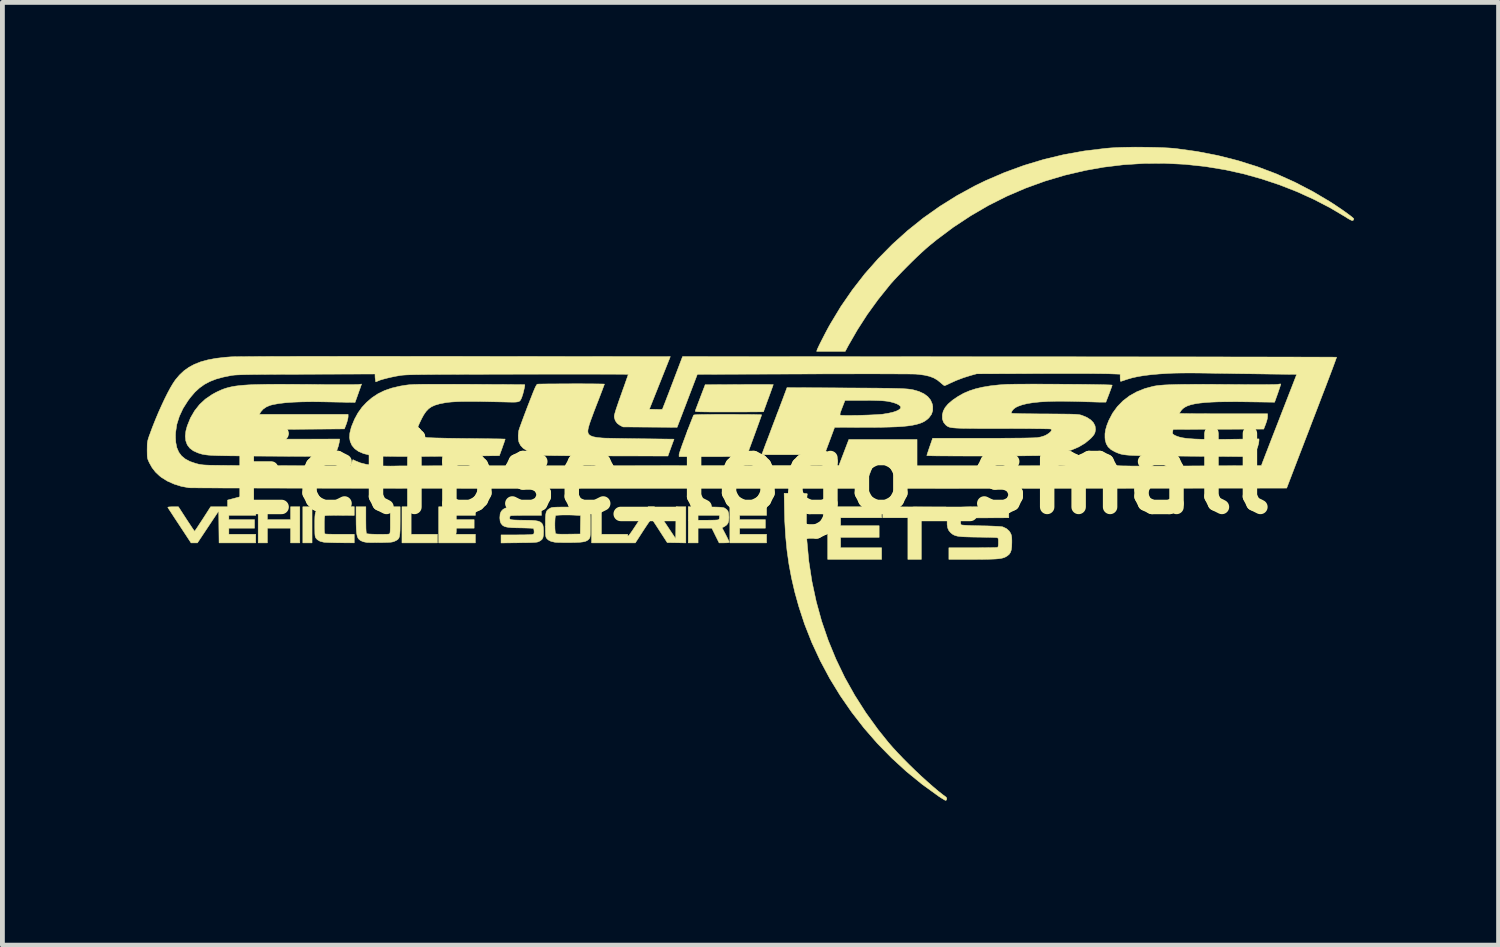
<source format=kicad_pcb>
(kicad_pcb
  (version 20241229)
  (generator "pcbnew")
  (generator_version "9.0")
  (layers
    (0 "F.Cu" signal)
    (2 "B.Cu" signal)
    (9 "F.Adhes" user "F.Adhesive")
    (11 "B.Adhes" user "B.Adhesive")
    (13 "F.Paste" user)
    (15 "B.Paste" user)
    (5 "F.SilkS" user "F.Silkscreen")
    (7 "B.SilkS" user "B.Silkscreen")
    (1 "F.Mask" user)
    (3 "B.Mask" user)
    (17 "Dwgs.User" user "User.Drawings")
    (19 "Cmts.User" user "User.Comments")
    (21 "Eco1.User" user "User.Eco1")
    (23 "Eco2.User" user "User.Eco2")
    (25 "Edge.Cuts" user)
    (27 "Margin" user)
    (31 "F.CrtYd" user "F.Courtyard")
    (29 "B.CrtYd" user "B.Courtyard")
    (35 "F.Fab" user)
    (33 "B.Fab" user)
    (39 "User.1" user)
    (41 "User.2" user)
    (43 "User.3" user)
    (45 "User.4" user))
  (footprint "Eclipse_logo_small"
    (layer "F.Cu")
    (at 12.521 6.785)
    (property "Reference" "Eclipse_logo_small" (at 0 0 0) (layer "F.SilkS") (effects (font (size 1.524 1.524) (thickness 0.3))))
    (attr through_hole)
    (fp_poly (pts (xy -9.093 1.435) (xy -9.284 1.435) (xy -9.284 0.686) (xy -9.093 0.686) (xy -9.093 1.435)) (stroke (width 0.01) (type solid)) (fill yes) (layer "F.SilkS"))
    (fp_poly (pts (xy -7.036 1.257) (xy -6.49 1.257) (xy -6.49 1.435) (xy -7.226 1.435) (xy -7.226 0.686) (xy -7.036 0.686) (xy -7.036 1.257)) (stroke (width 0.01) (type solid)) (fill yes) (layer "F.SilkS"))
    (fp_poly (pts (xy 3.413 0.689) (xy 4.07 0.692) (xy 4.07 0.908) (xy 3.813 0.911) (xy 3.556 0.915) (xy 3.556 1.778) (xy 3.277 1.778) (xy 3.277 0.914) (xy 2.756 0.914) (xy 2.756 0.686) (xy 3.413 0.689)) (stroke (width 0.01) (type solid)) (fill yes) (layer "F.SilkS"))
    (fp_poly (pts (xy -10.02 0.953) (xy -9.538 0.953) (xy -9.538 0.686) (xy -9.347 0.686) (xy -9.347 1.435) (xy -9.538 1.435) (xy -9.538 1.13) (xy -10.02 1.13) (xy -10.02 1.435) (xy -10.211 1.435) (xy -10.211 0.686) (xy -10.02 0.686) (xy -10.02 0.953)) (stroke (width 0.01) (type solid)) (fill yes) (layer "F.SilkS"))
    (fp_poly (pts (xy -5.702 0.864) (xy -6.261 0.864) (xy -6.261 0.953) (xy -5.728 0.953) (xy -5.728 1.13) (xy -6.261 1.13) (xy -6.261 1.257) (xy -5.702 1.257) (xy -5.702 1.435) (xy -6.464 1.435) (xy -6.464 0.686) (xy -5.702 0.686) (xy -5.702 0.864)) (stroke (width 0.01) (type solid)) (fill yes) (layer "F.SilkS"))
    (fp_poly (pts (xy 0.343 0.864) (xy -0.216 0.864) (xy -0.216 0.953) (xy 0.318 0.953) (xy 0.318 1.13) (xy -0.216 1.13) (xy -0.216 1.257) (xy 0.343 1.257) (xy 0.343 1.435) (xy -0.419 1.435) (xy -0.419 0.686) (xy 0.343 0.686) (xy 0.343 0.864)) (stroke (width 0.01) (type solid)) (fill yes) (layer "F.SilkS"))
    (fp_poly (pts (xy 2.731 0.914) (xy 1.88 0.914) (xy 1.88 1.079) (xy 2.68 1.079) (xy 2.68 1.321) (xy 1.88 1.321) (xy 1.88 1.537) (xy 2.731 1.537) (xy 2.731 1.778) (xy 1.613 1.778) (xy 1.613 0.686) (xy 2.731 0.686) (xy 2.731 0.914)) (stroke (width 0.01) (type solid)) (fill yes) (layer "F.SilkS"))
    (fp_poly (pts (xy -3.086 1.257) (xy -2.542 1.257) (xy -2.538 1.289) (xy -2.534 1.294) (xy -2.525 1.289) (xy -2.508 1.271) (xy -2.484 1.239) (xy -2.45 1.191) (xy -2.406 1.125) (xy -2.35 1.041) (xy -2.325 1.003) (xy -2.115 0.686) (xy -1.985 0.686) (xy -1.543 1.35) (xy -1.54 1.018) (xy -1.536 0.686) (xy -1.333 0.686) (xy -1.333 1.436) (xy -1.526 1.432) (xy -1.719 1.429) (xy -1.873 1.191) (xy -1.918 1.121) (xy -1.959 1.058) (xy -1.994 1.005) (xy -2.021 0.966) (xy -2.037 0.943) (xy -2.04 0.94) (xy -2.051 0.945) (xy -2.073 0.97) (xy -2.107 1.016) (xy -2.153 1.084) (xy -2.212 1.173) (xy -2.217 1.181) (xy -2.381 1.435) (xy -3.289 1.435) (xy -3.289 0.686) (xy -3.086 0.686) (xy -3.086 1.257)) (stroke (width 0.01) (type solid)) (fill yes) (layer "F.SilkS"))
    (fp_poly (pts (xy -0.331 -1.232) (xy -0.208 -1.231) (xy -0.095 -1.231) (xy 0.005 -1.23) (xy 0.091 -1.229) (xy 0.159 -1.227) (xy 0.209 -1.226) (xy 0.236 -1.224) (xy 0.241 -1.223) (xy 0.237 -1.21) (xy 0.225 -1.175) (xy 0.206 -1.122) (xy 0.182 -1.054) (xy 0.152 -0.972) (xy 0.119 -0.881) (xy 0.087 -0.793) (xy -0.068 -0.371) (xy -0.133 -0.364) (xy -0.158 -0.362) (xy -0.206 -0.361) (xy -0.274 -0.359) (xy -0.359 -0.358) (xy -0.458 -0.357) (xy -0.57 -0.356) (xy -0.69 -0.356) (xy -0.816 -0.356) (xy -0.835 -0.356) (xy -1.473 -0.356) (xy -1.473 -0.399) (xy -1.469 -0.419) (xy -1.456 -0.46) (xy -1.436 -0.518) (xy -1.411 -0.591) (xy -1.38 -0.675) (xy -1.346 -0.767) (xy -1.31 -0.864) (xy -1.272 -0.963) (xy -1.234 -1.061) (xy -1.197 -1.154) (xy -1.172 -1.216) (xy -1.166 -1.22) (xy -1.148 -1.223) (xy -1.117 -1.225) (xy -1.072 -1.227) (xy -1.011 -1.229) (xy -0.932 -1.23) (xy -0.834 -1.231) (xy -0.715 -1.232) (xy -0.573 -1.232) (xy -0.462 -1.232) (xy -0.331 -1.232)) (stroke (width 0.01) (type solid)) (fill yes) (layer "F.SilkS"))
    (fp_poly (pts (xy -0.924 0.688) (xy -0.817 0.69) (xy -0.732 0.691) (xy -0.667 0.693) (xy -0.618 0.695) (xy -0.582 0.699) (xy -0.556 0.703) (xy -0.537 0.708) (xy -0.524 0.715) (xy -0.484 0.743) (xy -0.458 0.777) (xy -0.444 0.824) (xy -0.439 0.889) (xy -0.438 0.903) (xy -0.442 0.972) (xy -0.456 1.022) (xy -0.482 1.06) (xy -0.524 1.091) (xy -0.536 1.098) (xy -0.581 1.122) (xy -0.506 1.264) (xy -0.478 1.319) (xy -0.455 1.367) (xy -0.438 1.402) (xy -0.432 1.42) (xy -0.432 1.42) (xy -0.443 1.429) (xy -0.479 1.434) (xy -0.537 1.435) (xy -0.642 1.435) (xy -0.718 1.283) (xy -0.793 1.13) (xy -1.079 1.13) (xy -1.079 1.435) (xy -1.283 1.435) (xy -1.283 0.864) (xy -1.079 0.864) (xy -1.079 0.965) (xy -0.886 0.965) (xy -0.816 0.964) (xy -0.754 0.963) (xy -0.703 0.961) (xy -0.671 0.958) (xy -0.664 0.957) (xy -0.643 0.946) (xy -0.635 0.921) (xy -0.635 0.907) (xy -0.635 0.864) (xy -1.079 0.864) (xy -1.283 0.864) (xy -1.283 0.684) (xy -0.924 0.688)) (stroke (width 0.01) (type solid)) (fill yes) (layer "F.SilkS"))
    (fp_poly (pts (xy 0.33 -1.852) (xy 0.399 -1.852) (xy 0.449 -1.851) (xy 0.477 -1.851) (xy 0.483 -1.85) (xy 0.478 -1.838) (xy 0.467 -1.805) (xy 0.449 -1.755) (xy 0.426 -1.691) (xy 0.399 -1.617) (xy 0.381 -1.568) (xy 0.352 -1.49) (xy 0.327 -1.419) (xy 0.305 -1.36) (xy 0.29 -1.317) (xy 0.281 -1.291) (xy 0.279 -1.287) (xy 0.267 -1.286) (xy 0.232 -1.285) (xy 0.175 -1.285) (xy 0.1 -1.284) (xy 0.009 -1.284) (xy -0.096 -1.283) (xy -0.213 -1.283) (xy -0.34 -1.283) (xy -0.433 -1.283) (xy -0.585 -1.283) (xy -0.714 -1.283) (xy -0.822 -1.283) (xy -0.91 -1.284) (xy -0.98 -1.285) (xy -1.034 -1.286) (xy -1.075 -1.287) (xy -1.104 -1.289) (xy -1.122 -1.292) (xy -1.133 -1.295) (xy -1.137 -1.299) (xy -1.138 -1.304) (xy -1.137 -1.305) (xy -1.131 -1.323) (xy -1.117 -1.361) (xy -1.096 -1.415) (xy -1.071 -1.482) (xy -1.042 -1.557) (xy -1.031 -1.587) (xy -0.931 -1.848) (xy -0.224 -1.851) (xy -0.093 -1.852) (xy 0.031 -1.852) (xy 0.144 -1.852) (xy 0.244 -1.852) (xy 0.33 -1.852)) (stroke (width 0.01) (type solid)) (fill yes) (layer "F.SilkS"))
    (fp_poly (pts (xy -8.217 0.865) (xy -8.514 0.863) (xy -8.599 0.862) (xy -8.675 0.863) (xy -8.74 0.864) (xy -8.789 0.866) (xy -8.818 0.868) (xy -8.825 0.869) (xy -8.832 0.886) (xy -8.836 0.928) (xy -8.839 0.993) (xy -8.839 1.06) (xy -8.839 1.133) (xy -8.837 1.184) (xy -8.835 1.218) (xy -8.83 1.238) (xy -8.823 1.247) (xy -8.819 1.25) (xy -8.801 1.252) (xy -8.761 1.254) (xy -8.704 1.255) (xy -8.633 1.257) (xy -8.553 1.257) (xy -8.508 1.257) (xy -8.217 1.257) (xy -8.217 1.435) (xy -8.499 1.433) (xy -8.586 1.432) (xy -8.668 1.43) (xy -8.74 1.428) (xy -8.799 1.425) (xy -8.838 1.423) (xy -8.846 1.422) (xy -8.925 1.403) (xy -8.983 1.369) (xy -9.012 1.337) (xy -9.02 1.323) (xy -9.027 1.304) (xy -9.031 1.279) (xy -9.034 1.242) (xy -9.035 1.19) (xy -9.036 1.119) (xy -9.036 1.06) (xy -9.036 0.967) (xy -9.034 0.896) (xy -9.029 0.843) (xy -9.021 0.804) (xy -9.009 0.776) (xy -8.99 0.754) (xy -8.965 0.737) (xy -8.937 0.721) (xy -8.92 0.713) (xy -8.901 0.706) (xy -8.879 0.701) (xy -8.848 0.697) (xy -8.807 0.694) (xy -8.752 0.692) (xy -8.679 0.69) (xy -8.585 0.689) (xy -8.55 0.688) (xy -8.217 0.683) (xy -8.217 0.865)) (stroke (width 0.01) (type solid)) (fill yes) (layer "F.SilkS"))
    (fp_poly (pts (xy -7.976 0.956) (xy -7.975 1.057) (xy -7.974 1.133) (xy -7.971 1.189) (xy -7.967 1.224) (xy -7.961 1.241) (xy -7.96 1.242) (xy -7.944 1.247) (xy -7.906 1.251) (xy -7.854 1.254) (xy -7.791 1.256) (xy -7.724 1.258) (xy -7.656 1.258) (xy -7.593 1.257) (xy -7.54 1.256) (xy -7.503 1.253) (xy -7.488 1.25) (xy -7.481 1.244) (xy -7.476 1.232) (xy -7.472 1.21) (xy -7.47 1.175) (xy -7.468 1.123) (xy -7.468 1.052) (xy -7.468 0.964) (xy -7.468 0.686) (xy -7.264 0.686) (xy -7.264 0.987) (xy -7.265 1.093) (xy -7.266 1.177) (xy -7.27 1.241) (xy -7.276 1.29) (xy -7.286 1.325) (xy -7.301 1.351) (xy -7.32 1.37) (xy -7.347 1.386) (xy -7.376 1.4) (xy -7.399 1.409) (xy -7.425 1.416) (xy -7.456 1.421) (xy -7.497 1.424) (xy -7.553 1.426) (xy -7.628 1.428) (xy -7.677 1.428) (xy -7.755 1.429) (xy -7.827 1.428) (xy -7.888 1.428) (xy -7.933 1.427) (xy -7.957 1.426) (xy -8.032 1.411) (xy -8.088 1.386) (xy -8.12 1.36) (xy -8.137 1.338) (xy -8.151 1.307) (xy -8.161 1.267) (xy -8.169 1.213) (xy -8.174 1.142) (xy -8.177 1.053) (xy -8.178 0.942) (xy -8.178 0.911) (xy -8.179 0.686) (xy -7.976 0.686) (xy -7.976 0.956)) (stroke (width 0.01) (type solid)) (fill yes) (layer "F.SilkS"))
    (fp_poly (pts (xy -10.444 0.456) (xy -10.441 0.487) (xy -10.439 0.53) (xy -10.439 0.532) (xy -10.439 0.619) (xy -10.505 0.636) (xy -10.543 0.649) (xy -10.569 0.663) (xy -10.576 0.67) (xy -10.572 0.677) (xy -10.553 0.682) (xy -10.517 0.684) (xy -10.459 0.686) (xy -10.421 0.686) (xy -10.262 0.686) (xy -10.262 0.864) (xy -10.82 0.864) (xy -10.82 0.953) (xy -10.287 0.953) (xy -10.287 1.13) (xy -10.82 1.13) (xy -10.82 1.257) (xy -10.262 1.257) (xy -10.262 1.435) (xy -11.023 1.435) (xy -11.027 1.103) (xy -11.03 0.771) (xy -11.251 1.103) (xy -11.472 1.435) (xy -11.605 1.435) (xy -11.844 1.071) (xy -11.901 0.985) (xy -11.953 0.906) (xy -11.999 0.835) (xy -12.037 0.777) (xy -12.066 0.733) (xy -12.083 0.705) (xy -12.088 0.696) (xy -12.079 0.692) (xy -12.049 0.688) (xy -12.004 0.686) (xy -11.98 0.686) (xy -11.867 0.686) (xy -11.703 0.94) (xy -11.656 1.011) (xy -11.614 1.074) (xy -11.579 1.127) (xy -11.552 1.166) (xy -11.536 1.189) (xy -11.531 1.194) (xy -11.523 1.183) (xy -11.503 1.155) (xy -11.473 1.111) (xy -11.436 1.054) (xy -11.392 0.987) (xy -11.361 0.94) (xy -11.198 0.686) (xy -10.846 0.686) (xy -10.846 0.547) (xy -10.798 0.534) (xy -10.721 0.514) (xy -10.647 0.494) (xy -10.578 0.476) (xy -10.52 0.462) (xy -10.477 0.451) (xy -10.453 0.445) (xy -10.449 0.445) (xy -10.444 0.456)) (stroke (width 0.01) (type solid)) (fill yes) (layer "F.SilkS"))
    (fp_poly (pts (xy 1.037 0.407) (xy 1.099 0.407) (xy 1.142 0.409) (xy 1.169 0.411) (xy 1.184 0.415) (xy 1.189 0.421) (xy 1.188 0.428) (xy 1.188 0.428) (xy 1.184 0.452) (xy 1.18 0.497) (xy 1.177 0.56) (xy 1.175 0.639) (xy 1.173 0.728) (xy 1.172 0.826) (xy 1.171 0.927) (xy 1.171 1.029) (xy 1.172 1.128) (xy 1.174 1.221) (xy 1.176 1.303) (xy 1.179 1.372) (xy 1.18 1.384) (xy 1.22 1.815) (xy 1.285 2.238) (xy 1.374 2.653) (xy 1.486 3.06) (xy 1.623 3.459) (xy 1.783 3.848) (xy 1.966 4.229) (xy 2.174 4.6) (xy 2.404 4.961) (xy 2.658 5.312) (xy 2.869 5.575) (xy 2.959 5.679) (xy 3.063 5.792) (xy 3.177 5.911) (xy 3.298 6.033) (xy 3.423 6.155) (xy 3.549 6.274) (xy 3.674 6.387) (xy 3.793 6.492) (xy 3.904 6.586) (xy 4.004 6.665) (xy 4.068 6.712) (xy 4.083 6.733) (xy 4.083 6.758) (xy 4.072 6.778) (xy 4.059 6.782) (xy 4.043 6.775) (xy 4.011 6.756) (xy 3.967 6.729) (xy 3.916 6.696) (xy 3.915 6.695) (xy 3.574 6.448) (xy 3.248 6.183) (xy 2.938 5.899) (xy 2.644 5.599) (xy 2.368 5.282) (xy 2.111 4.951) (xy 1.873 4.607) (xy 1.655 4.251) (xy 1.459 3.884) (xy 1.284 3.507) (xy 1.132 3.122) (xy 1.012 2.755) (xy 0.929 2.457) (xy 0.862 2.167) (xy 0.808 1.879) (xy 0.767 1.587) (xy 0.738 1.286) (xy 0.72 0.971) (xy 0.715 0.784) (xy 0.708 0.406) (xy 0.952 0.406) (xy 1.037 0.407)) (stroke (width 0.01) (type solid)) (fill yes) (layer "F.SilkS"))
    (fp_poly (pts (xy -4.33 0.864) (xy -4.64 0.864) (xy -4.727 0.864) (xy -4.807 0.865) (xy -4.875 0.866) (xy -4.927 0.868) (xy -4.961 0.87) (xy -4.971 0.871) (xy -4.986 0.889) (xy -4.991 0.914) (xy -4.989 0.936) (xy -4.977 0.948) (xy -4.949 0.955) (xy -4.932 0.957) (xy -4.9 0.96) (xy -4.847 0.962) (xy -4.781 0.964) (xy -4.707 0.965) (xy -4.656 0.965) (xy -4.549 0.967) (xy -4.464 0.973) (xy -4.399 0.984) (xy -4.352 1.003) (xy -4.32 1.031) (xy -4.3 1.069) (xy -4.29 1.12) (xy -4.287 1.185) (xy -4.287 1.2) (xy -4.289 1.271) (xy -4.298 1.322) (xy -4.316 1.359) (xy -4.346 1.386) (xy -4.379 1.405) (xy -4.395 1.412) (xy -4.415 1.418) (xy -4.441 1.422) (xy -4.476 1.425) (xy -4.525 1.428) (xy -4.589 1.43) (xy -4.671 1.431) (xy -4.776 1.432) (xy -4.797 1.433) (xy -5.169 1.437) (xy -5.169 1.27) (xy -4.874 1.27) (xy -4.787 1.269) (xy -4.705 1.269) (xy -4.635 1.267) (xy -4.578 1.265) (xy -4.541 1.263) (xy -4.531 1.262) (xy -4.501 1.255) (xy -4.487 1.244) (xy -4.483 1.219) (xy -4.483 1.199) (xy -4.486 1.164) (xy -4.494 1.14) (xy -4.497 1.136) (xy -4.514 1.133) (xy -4.552 1.13) (xy -4.607 1.128) (xy -4.674 1.126) (xy -4.751 1.124) (xy -4.761 1.124) (xy -4.866 1.122) (xy -4.949 1.119) (xy -5.013 1.113) (xy -5.061 1.105) (xy -5.098 1.094) (xy -5.126 1.079) (xy -5.142 1.066) (xy -5.171 1.03) (xy -5.188 0.985) (xy -5.194 0.924) (xy -5.194 0.906) (xy -5.188 0.834) (xy -5.166 0.78) (xy -5.127 0.74) (xy -5.095 0.721) (xy -5.076 0.713) (xy -5.058 0.706) (xy -5.037 0.701) (xy -5.009 0.697) (xy -4.972 0.695) (xy -4.921 0.693) (xy -4.855 0.692) (xy -4.769 0.692) (xy -4.686 0.692) (xy -4.337 0.692) (xy -4.33 0.864)) (stroke (width 0.01) (type solid)) (fill yes) (layer "F.SilkS"))
    (fp_poly (pts (xy -3.477 -1.867) (xy -3.371 -1.866) (xy -3.275 -1.866) (xy -3.19 -1.865) (xy -3.12 -1.864) (xy -3.066 -1.863) (xy -3.033 -1.862) (xy -3.023 -1.861) (xy -3.027 -1.848) (xy -3.04 -1.814) (xy -3.059 -1.762) (xy -3.085 -1.694) (xy -3.116 -1.613) (xy -3.151 -1.521) (xy -3.19 -1.422) (xy -3.194 -1.411) (xy -3.243 -1.284) (xy -3.282 -1.178) (xy -3.314 -1.092) (xy -3.337 -1.022) (xy -3.353 -0.966) (xy -3.363 -0.922) (xy -3.367 -0.888) (xy -3.365 -0.861) (xy -3.359 -0.838) (xy -3.348 -0.819) (xy -3.346 -0.816) (xy -3.313 -0.79) (xy -3.257 -0.768) (xy -3.178 -0.753) (xy -3.078 -0.743) (xy -3.048 -0.741) (xy -3.006 -0.739) (xy -2.942 -0.738) (xy -2.859 -0.736) (xy -2.76 -0.734) (xy -2.648 -0.732) (xy -2.526 -0.73) (xy -2.397 -0.728) (xy -2.264 -0.726) (xy -2.24 -0.726) (xy -1.578 -0.718) (xy -1.642 -0.543) (xy -1.705 -0.368) (xy -2.939 -0.37) (xy -3.116 -0.37) (xy -3.287 -0.371) (xy -3.451 -0.372) (xy -3.606 -0.372) (xy -3.749 -0.373) (xy -3.878 -0.375) (xy -3.993 -0.376) (xy -4.091 -0.377) (xy -4.169 -0.378) (xy -4.227 -0.38) (xy -4.262 -0.381) (xy -4.268 -0.382) (xy -4.409 -0.403) (xy -4.53 -0.435) (xy -4.631 -0.478) (xy -4.71 -0.53) (xy -4.766 -0.591) (xy -4.799 -0.659) (xy -4.81 -0.721) (xy -4.812 -0.796) (xy -4.805 -0.871) (xy -4.8 -0.9) (xy -4.792 -0.925) (xy -4.777 -0.97) (xy -4.754 -1.032) (xy -4.726 -1.109) (xy -4.693 -1.198) (xy -4.656 -1.296) (xy -4.617 -1.399) (xy -4.615 -1.404) (xy -4.569 -1.522) (xy -4.531 -1.618) (xy -4.501 -1.695) (xy -4.476 -1.754) (xy -4.457 -1.798) (xy -4.441 -1.828) (xy -4.429 -1.847) (xy -4.42 -1.857) (xy -4.415 -1.859) (xy -4.398 -1.861) (xy -4.358 -1.862) (xy -4.3 -1.863) (xy -4.225 -1.864) (xy -4.136 -1.865) (xy -4.037 -1.865) (xy -3.93 -1.866) (xy -3.817 -1.866) (xy -3.702 -1.867) (xy -3.588 -1.867) (xy -3.477 -1.867)) (stroke (width 0.01) (type solid)) (fill yes) (layer "F.SilkS"))
    (fp_poly (pts (xy -3.67 0.692) (xy -3.584 0.693) (xy -3.518 0.696) (xy -3.467 0.7) (xy -3.429 0.707) (xy -3.4 0.717) (xy -3.378 0.73) (xy -3.36 0.747) (xy -3.341 0.77) (xy -3.341 0.77) (xy -3.332 0.783) (xy -3.325 0.798) (xy -3.321 0.819) (xy -3.318 0.849) (xy -3.316 0.893) (xy -3.315 0.953) (xy -3.315 1.035) (xy -3.315 1.06) (xy -3.315 1.148) (xy -3.316 1.214) (xy -3.317 1.262) (xy -3.32 1.296) (xy -3.324 1.319) (xy -3.33 1.335) (xy -3.339 1.348) (xy -3.34 1.349) (xy -3.362 1.373) (xy -3.389 1.391) (xy -3.423 1.405) (xy -3.469 1.415) (xy -3.529 1.422) (xy -3.608 1.426) (xy -3.708 1.428) (xy -3.727 1.428) (xy -3.811 1.428) (xy -3.89 1.428) (xy -3.96 1.427) (xy -4.015 1.425) (xy -4.05 1.422) (xy -4.051 1.422) (xy -4.131 1.404) (xy -4.191 1.373) (xy -4.226 1.337) (xy -4.234 1.322) (xy -4.24 1.301) (xy -4.244 1.272) (xy -4.246 1.23) (xy -4.248 1.172) (xy -4.248 1.093) (xy -4.248 1.067) (xy -4.248 1.029) (xy -4.052 1.029) (xy -4.052 1.09) (xy -4.05 1.147) (xy -4.046 1.196) (xy -4.041 1.23) (xy -4.036 1.242) (xy -4.022 1.248) (xy -3.993 1.252) (xy -3.946 1.254) (xy -3.878 1.255) (xy -3.788 1.255) (xy -3.772 1.254) (xy -3.524 1.251) (xy -3.521 1.059) (xy -3.517 0.867) (xy -3.616 0.861) (xy -3.678 0.858) (xy -3.748 0.856) (xy -3.82 0.856) (xy -3.888 0.856) (xy -3.95 0.858) (xy -3.998 0.861) (xy -4.028 0.865) (xy -4.035 0.868) (xy -4.042 0.884) (xy -4.047 0.92) (xy -4.05 0.971) (xy -4.052 1.029) (xy -4.248 1.029) (xy -4.248 0.972) (xy -4.246 0.899) (xy -4.241 0.844) (xy -4.233 0.803) (xy -4.221 0.774) (xy -4.203 0.752) (xy -4.179 0.733) (xy -4.162 0.723) (xy -4.145 0.713) (xy -4.128 0.706) (xy -4.109 0.701) (xy -4.083 0.697) (xy -4.048 0.695) (xy -3.999 0.693) (xy -3.934 0.692) (xy -3.85 0.692) (xy -3.778 0.692) (xy -3.67 0.692)) (stroke (width 0.01) (type solid)) (fill yes) (layer "F.SilkS"))
    (fp_poly (pts (xy 8.142 -6.779) (xy 8.292 -6.777) (xy 8.437 -6.774) (xy 8.573 -6.769) (xy 8.695 -6.763) (xy 8.799 -6.755) (xy 8.839 -6.751) (xy 9.28 -6.69) (xy 9.709 -6.607) (xy 10.125 -6.502) (xy 10.53 -6.375) (xy 10.924 -6.226) (xy 11.309 -6.053) (xy 11.684 -5.858) (xy 12.027 -5.655) (xy 12.107 -5.604) (xy 12.188 -5.55) (xy 12.267 -5.497) (xy 12.34 -5.446) (xy 12.406 -5.398) (xy 12.461 -5.357) (xy 12.503 -5.324) (xy 12.528 -5.301) (xy 12.535 -5.291) (xy 12.526 -5.268) (xy 12.517 -5.259) (xy 12.505 -5.256) (xy 12.485 -5.261) (xy 12.452 -5.277) (xy 12.404 -5.305) (xy 12.361 -5.333) (xy 12.042 -5.522) (xy 11.706 -5.696) (xy 11.354 -5.856) (xy 10.991 -5.998) (xy 10.619 -6.122) (xy 10.243 -6.227) (xy 9.868 -6.31) (xy 9.449 -6.379) (xy 9.026 -6.424) (xy 8.601 -6.445) (xy 8.176 -6.442) (xy 7.753 -6.415) (xy 7.334 -6.364) (xy 6.96 -6.297) (xy 6.536 -6.198) (xy 6.123 -6.075) (xy 5.722 -5.93) (xy 5.331 -5.762) (xy 4.951 -5.571) (xy 4.582 -5.356) (xy 4.222 -5.119) (xy 3.873 -4.858) (xy 3.715 -4.729) (xy 3.642 -4.666) (xy 3.556 -4.588) (xy 3.461 -4.499) (xy 3.361 -4.402) (xy 3.26 -4.301) (xy 3.161 -4.201) (xy 3.069 -4.105) (xy 2.987 -4.017) (xy 2.919 -3.941) (xy 2.905 -3.924) (xy 2.659 -3.618) (xy 2.433 -3.306) (xy 2.229 -2.989) (xy 2.047 -2.673) (xy 2.045 -2.67) (xy 1.976 -2.54) (xy 1.383 -2.54) (xy 1.391 -2.569) (xy 1.402 -2.596) (xy 1.423 -2.641) (xy 1.452 -2.701) (xy 1.487 -2.77) (xy 1.526 -2.846) (xy 1.566 -2.924) (xy 1.607 -3.001) (xy 1.645 -3.071) (xy 1.668 -3.111) (xy 1.886 -3.472) (xy 2.125 -3.818) (xy 2.383 -4.15) (xy 2.661 -4.465) (xy 2.956 -4.764) (xy 3.268 -5.045) (xy 3.596 -5.308) (xy 3.94 -5.551) (xy 4.297 -5.774) (xy 4.667 -5.976) (xy 4.889 -6.084) (xy 5.287 -6.255) (xy 5.69 -6.402) (xy 6.098 -6.525) (xy 6.515 -6.625) (xy 6.939 -6.701) (xy 7.374 -6.754) (xy 7.488 -6.764) (xy 7.591 -6.77) (xy 7.712 -6.775) (xy 7.848 -6.778) (xy 7.993 -6.78) (xy 8.142 -6.779)) (stroke (width 0.01) (type solid)) (fill yes) (layer "F.SilkS"))
    (fp_poly (pts (xy 1.727 -1.783) (xy 1.956 -1.781) (xy 2.162 -1.78) (xy 2.346 -1.779) (xy 2.508 -1.778) (xy 2.651 -1.777) (xy 2.776 -1.775) (xy 2.885 -1.774) (xy 2.978 -1.772) (xy 3.058 -1.77) (xy 3.126 -1.768) (xy 3.183 -1.765) (xy 3.232 -1.762) (xy 3.273 -1.759) (xy 3.307 -1.755) (xy 3.337 -1.751) (xy 3.364 -1.746) (xy 3.387 -1.742) (xy 3.509 -1.707) (xy 3.61 -1.66) (xy 3.69 -1.601) (xy 3.748 -1.53) (xy 3.783 -1.448) (xy 3.793 -1.396) (xy 3.792 -1.311) (xy 3.767 -1.234) (xy 3.717 -1.166) (xy 3.715 -1.163) (xy 3.676 -1.127) (xy 3.632 -1.095) (xy 3.581 -1.067) (xy 3.522 -1.044) (xy 3.452 -1.024) (xy 3.371 -1.007) (xy 3.276 -0.993) (xy 3.166 -0.982) (xy 3.04 -0.974) (xy 2.894 -0.969) (xy 2.728 -0.965) (xy 2.54 -0.963) (xy 2.354 -0.963) (xy 1.756 -0.965) (xy 1.65 -0.679) (xy 1.543 -0.394) (xy 0.242 -0.394) (xy 0.279 -0.492) (xy 0.291 -0.525) (xy 0.311 -0.579) (xy 0.338 -0.651) (xy 0.371 -0.736) (xy 0.408 -0.834) (xy 0.447 -0.939) (xy 0.489 -1.05) (xy 0.508 -1.099) (xy 0.55 -1.21) (xy 0.556 -1.227) (xy 1.868 -1.227) (xy 1.873 -1.218) (xy 1.877 -1.216) (xy 1.898 -1.213) (xy 1.94 -1.211) (xy 2.001 -1.21) (xy 2.076 -1.21) (xy 2.161 -1.211) (xy 2.253 -1.212) (xy 2.348 -1.215) (xy 2.443 -1.218) (xy 2.534 -1.222) (xy 2.616 -1.226) (xy 2.687 -1.231) (xy 2.743 -1.235) (xy 2.764 -1.238) (xy 2.874 -1.256) (xy 2.966 -1.277) (xy 3.038 -1.301) (xy 3.091 -1.328) (xy 3.122 -1.355) (xy 3.129 -1.384) (xy 3.125 -1.396) (xy 3.098 -1.423) (xy 3.051 -1.45) (xy 2.986 -1.474) (xy 2.909 -1.494) (xy 2.851 -1.505) (xy 2.796 -1.511) (xy 2.727 -1.517) (xy 2.643 -1.52) (xy 2.54 -1.523) (xy 2.416 -1.524) (xy 2.348 -1.524) (xy 1.972 -1.524) (xy 1.914 -1.375) (xy 1.89 -1.312) (xy 1.875 -1.27) (xy 1.868 -1.242) (xy 1.868 -1.227) (xy 0.556 -1.227) (xy 0.591 -1.317) (xy 0.629 -1.418) (xy 0.663 -1.507) (xy 0.692 -1.584) (xy 0.714 -1.645) (xy 0.73 -1.686) (xy 0.734 -1.697) (xy 0.767 -1.787) (xy 1.727 -1.783)) (stroke (width 0.01) (type solid)) (fill yes) (layer "F.SilkS"))
    (fp_poly (pts (xy 5.372 0.914) (xy 4.912 0.916) (xy 4.804 0.916) (xy 4.704 0.917) (xy 4.613 0.919) (xy 4.536 0.92) (xy 4.474 0.922) (xy 4.432 0.924) (xy 4.413 0.925) (xy 4.389 0.933) (xy 4.377 0.948) (xy 4.372 0.979) (xy 4.371 0.989) (xy 4.372 1.026) (xy 4.378 1.054) (xy 4.381 1.059) (xy 4.399 1.064) (xy 4.441 1.068) (xy 4.508 1.072) (xy 4.601 1.076) (xy 4.718 1.079) (xy 4.798 1.081) (xy 4.922 1.083) (xy 5.029 1.087) (xy 5.117 1.091) (xy 5.184 1.095) (xy 5.229 1.1) (xy 5.247 1.103) (xy 5.323 1.139) (xy 5.381 1.191) (xy 5.407 1.232) (xy 5.42 1.261) (xy 5.428 1.291) (xy 5.433 1.329) (xy 5.435 1.381) (xy 5.435 1.428) (xy 5.432 1.516) (xy 5.423 1.583) (xy 5.406 1.633) (xy 5.379 1.673) (xy 5.341 1.705) (xy 5.337 1.707) (xy 5.31 1.724) (xy 5.281 1.738) (xy 5.247 1.749) (xy 5.206 1.758) (xy 5.155 1.765) (xy 5.092 1.77) (xy 5.015 1.773) (xy 4.92 1.776) (xy 4.806 1.777) (xy 4.67 1.778) (xy 4.62 1.778) (xy 4.128 1.778) (xy 4.128 1.537) (xy 4.622 1.537) (xy 4.732 1.537) (xy 4.835 1.536) (xy 4.927 1.535) (xy 5.006 1.534) (xy 5.069 1.533) (xy 5.113 1.531) (xy 5.135 1.529) (xy 5.136 1.529) (xy 5.147 1.519) (xy 5.153 1.497) (xy 5.156 1.457) (xy 5.156 1.428) (xy 5.156 1.379) (xy 5.153 1.35) (xy 5.146 1.336) (xy 5.133 1.329) (xy 5.128 1.327) (xy 5.108 1.325) (xy 5.066 1.323) (xy 5.006 1.321) (xy 4.931 1.319) (xy 4.844 1.318) (xy 4.75 1.316) (xy 4.724 1.316) (xy 4.601 1.314) (xy 4.501 1.311) (xy 4.42 1.308) (xy 4.355 1.302) (xy 4.304 1.295) (xy 4.264 1.284) (xy 4.231 1.271) (xy 4.202 1.254) (xy 4.176 1.233) (xy 4.166 1.225) (xy 4.127 1.179) (xy 4.103 1.124) (xy 4.092 1.055) (xy 4.092 0.968) (xy 4.101 0.891) (xy 4.119 0.833) (xy 4.148 0.788) (xy 4.182 0.757) (xy 4.206 0.74) (xy 4.231 0.726) (xy 4.26 0.715) (xy 4.295 0.706) (xy 4.339 0.699) (xy 4.394 0.694) (xy 4.464 0.69) (xy 4.549 0.688) (xy 4.654 0.686) (xy 4.779 0.686) (xy 4.873 0.686) (xy 5.372 0.686) (xy 5.372 0.914)) (stroke (width 0.01) (type solid)) (fill yes) (layer "F.SilkS"))
    (fp_poly (pts (xy -6.381 -1.858) (xy -6.23 -1.858) (xy -6.056 -1.857) (xy -5.86 -1.857) (xy -5.836 -1.857) (xy -5.667 -1.856) (xy -5.505 -1.855) (xy -5.353 -1.854) (xy -5.211 -1.854) (xy -5.082 -1.853) (xy -4.968 -1.852) (xy -4.87 -1.851) (xy -4.79 -1.851) (xy -4.73 -1.85) (xy -4.692 -1.849) (xy -4.677 -1.849) (xy -4.677 -1.849) (xy -4.676 -1.834) (xy -4.681 -1.801) (xy -4.691 -1.756) (xy -4.703 -1.705) (xy -4.716 -1.655) (xy -4.73 -1.612) (xy -4.739 -1.585) (xy -4.752 -1.555) (xy -4.764 -1.532) (xy -4.777 -1.514) (xy -4.796 -1.501) (xy -4.823 -1.493) (xy -4.86 -1.488) (xy -4.912 -1.486) (xy -4.98 -1.487) (xy -5.069 -1.489) (xy -5.153 -1.491) (xy -5.351 -1.495) (xy -5.526 -1.499) (xy -5.68 -1.501) (xy -5.814 -1.501) (xy -5.931 -1.501) (xy -6.031 -1.499) (xy -6.119 -1.495) (xy -6.194 -1.49) (xy -6.259 -1.484) (xy -6.317 -1.476) (xy -6.331 -1.474) (xy -6.444 -1.452) (xy -6.536 -1.425) (xy -6.611 -1.392) (xy -6.673 -1.349) (xy -6.726 -1.293) (xy -6.775 -1.222) (xy -6.816 -1.146) (xy -6.864 -1.047) (xy -6.897 -0.967) (xy -6.913 -0.903) (xy -6.912 -0.853) (xy -6.893 -0.815) (xy -6.857 -0.787) (xy -6.802 -0.768) (xy -6.727 -0.754) (xy -6.696 -0.75) (xy -6.663 -0.748) (xy -6.607 -0.746) (xy -6.531 -0.743) (xy -6.438 -0.741) (xy -6.33 -0.738) (xy -6.21 -0.736) (xy -6.08 -0.734) (xy -5.944 -0.732) (xy -5.837 -0.731) (xy -5.701 -0.73) (xy -5.574 -0.728) (xy -5.456 -0.727) (xy -5.35 -0.725) (xy -5.259 -0.724) (xy -5.185 -0.723) (xy -5.13 -0.721) (xy -5.095 -0.72) (xy -5.084 -0.72) (xy -5.087 -0.707) (xy -5.097 -0.675) (xy -5.113 -0.628) (xy -5.134 -0.57) (xy -5.142 -0.545) (xy -5.204 -0.375) (xy -5.907 -0.367) (xy -6.148 -0.364) (xy -6.377 -0.363) (xy -6.594 -0.361) (xy -6.797 -0.36) (xy -6.985 -0.36) (xy -7.156 -0.36) (xy -7.309 -0.36) (xy -7.444 -0.361) (xy -7.558 -0.363) (xy -7.65 -0.365) (xy -7.719 -0.367) (xy -7.754 -0.369) (xy -7.9 -0.387) (xy -8.024 -0.419) (xy -8.126 -0.462) (xy -8.206 -0.519) (xy -8.264 -0.588) (xy -8.301 -0.671) (xy -8.301 -0.671) (xy -8.315 -0.754) (xy -8.308 -0.846) (xy -8.282 -0.951) (xy -8.272 -0.983) (xy -8.21 -1.133) (xy -8.139 -1.263) (xy -8.056 -1.379) (xy -7.961 -1.481) (xy -7.847 -1.579) (xy -7.723 -1.661) (xy -7.587 -1.727) (xy -7.436 -1.779) (xy -7.266 -1.819) (xy -7.156 -1.837) (xy -7.126 -1.841) (xy -7.096 -1.845) (xy -7.063 -1.848) (xy -7.027 -1.85) (xy -6.985 -1.853) (xy -6.935 -1.854) (xy -6.877 -1.856) (xy -6.807 -1.857) (xy -6.724 -1.857) (xy -6.627 -1.858) (xy -6.513 -1.858) (xy -6.381 -1.858)) (stroke (width 0.01) (type solid)) (fill yes) (layer "F.SilkS"))
    (fp_poly (pts (xy 11.019 -1.863) (xy 11.016 -1.85) (xy 11.006 -1.818) (xy 10.99 -1.77) (xy 10.97 -1.711) (xy 10.957 -1.672) (xy 10.89 -1.485) (xy 10.319 -1.493) (xy 10.099 -1.496) (xy 9.903 -1.495) (xy 9.729 -1.493) (xy 9.577 -1.487) (xy 9.444 -1.478) (xy 9.33 -1.466) (xy 9.233 -1.451) (xy 9.151 -1.432) (xy 9.084 -1.41) (xy 9.03 -1.383) (xy 8.987 -1.353) (xy 8.954 -1.318) (xy 8.949 -1.311) (xy 8.929 -1.28) (xy 8.917 -1.258) (xy 8.915 -1.253) (xy 8.928 -1.252) (xy 8.964 -1.251) (xy 9.021 -1.249) (xy 9.097 -1.248) (xy 9.191 -1.247) (xy 9.3 -1.246) (xy 9.423 -1.246) (xy 9.557 -1.245) (xy 9.701 -1.245) (xy 9.83 -1.245) (xy 10.744 -1.245) (xy 10.744 -1.188) (xy 10.739 -1.145) (xy 10.724 -1.087) (xy 10.704 -1.03) (xy 10.664 -0.927) (xy 8.783 -0.921) (xy 8.775 -0.88) (xy 8.771 -0.847) (xy 8.779 -0.824) (xy 8.805 -0.805) (xy 8.823 -0.795) (xy 8.865 -0.777) (xy 8.915 -0.761) (xy 8.974 -0.747) (xy 9.045 -0.736) (xy 9.128 -0.728) (xy 9.227 -0.721) (xy 9.342 -0.717) (xy 9.476 -0.714) (xy 9.63 -0.713) (xy 9.806 -0.714) (xy 9.954 -0.716) (xy 10.566 -0.723) (xy 10.566 -0.689) (xy 10.559 -0.632) (xy 10.54 -0.562) (xy 10.51 -0.485) (xy 10.49 -0.441) (xy 10.447 -0.356) (xy 9.989 -0.358) (xy 9.892 -0.359) (xy 9.773 -0.36) (xy 9.636 -0.361) (xy 9.486 -0.362) (xy 9.327 -0.363) (xy 9.161 -0.364) (xy 8.994 -0.366) (xy 8.829 -0.367) (xy 8.693 -0.368) (xy 8.515 -0.37) (xy 8.36 -0.372) (xy 8.227 -0.373) (xy 8.113 -0.375) (xy 8.016 -0.378) (xy 7.935 -0.381) (xy 7.867 -0.385) (xy 7.81 -0.39) (xy 7.762 -0.396) (xy 7.722 -0.403) (xy 7.686 -0.412) (xy 7.654 -0.423) (xy 7.623 -0.435) (xy 7.591 -0.449) (xy 7.575 -0.456) (xy 7.493 -0.502) (xy 7.434 -0.557) (xy 7.395 -0.623) (xy 7.373 -0.703) (xy 7.369 -0.75) (xy 7.369 -0.832) (xy 7.382 -0.915) (xy 7.408 -1.005) (xy 7.448 -1.107) (xy 7.527 -1.258) (xy 7.626 -1.394) (xy 7.743 -1.514) (xy 7.878 -1.617) (xy 8.03 -1.702) (xy 8.197 -1.769) (xy 8.379 -1.817) (xy 8.414 -1.823) (xy 8.465 -1.831) (xy 8.528 -1.837) (xy 8.603 -1.843) (xy 8.694 -1.847) (xy 8.8 -1.851) (xy 8.923 -1.854) (xy 9.064 -1.855) (xy 9.224 -1.856) (xy 9.406 -1.857) (xy 9.609 -1.856) (xy 9.836 -1.854) (xy 9.989 -1.853) (xy 10.142 -1.852) (xy 10.289 -1.851) (xy 10.427 -1.85) (xy 10.553 -1.85) (xy 10.666 -1.85) (xy 10.764 -1.851) (xy 10.843 -1.852) (xy 10.903 -1.853) (xy 10.941 -1.855) (xy 10.953 -1.856) (xy 10.989 -1.862) (xy 11.014 -1.864) (xy 11.019 -1.863)) (stroke (width 0.01) (type solid)) (fill yes) (layer "F.SilkS"))
    (fp_poly (pts (xy -8.069 -1.85) (xy -8.08 -1.818) (xy -8.096 -1.771) (xy -8.118 -1.712) (xy -8.132 -1.671) (xy -8.2 -1.481) (xy -8.345 -1.484) (xy -8.397 -1.484) (xy -8.47 -1.486) (xy -8.557 -1.487) (xy -8.655 -1.489) (xy -8.758 -1.491) (xy -8.852 -1.493) (xy -9.083 -1.496) (xy -9.293 -1.493) (xy -9.481 -1.486) (xy -9.646 -1.474) (xy -9.788 -1.457) (xy -9.906 -1.435) (xy -9.961 -1.421) (xy -10.04 -1.388) (xy -10.107 -1.342) (xy -10.157 -1.286) (xy -10.167 -1.268) (xy -10.186 -1.232) (xy -8.344 -1.232) (xy -8.344 -1.182) (xy -8.349 -1.147) (xy -8.361 -1.097) (xy -8.378 -1.043) (xy -8.382 -1.032) (xy -8.421 -0.931) (xy -9.361 -0.924) (xy -9.513 -0.923) (xy -9.658 -0.922) (xy -9.793 -0.92) (xy -9.916 -0.919) (xy -10.027 -0.918) (xy -10.121 -0.917) (xy -10.198 -0.915) (xy -10.256 -0.914) (xy -10.292 -0.913) (xy -10.305 -0.913) (xy -10.311 -0.898) (xy -10.318 -0.87) (xy -10.318 -0.867) (xy -10.322 -0.843) (xy -10.317 -0.827) (xy -10.299 -0.813) (xy -10.263 -0.796) (xy -10.259 -0.794) (xy -10.215 -0.777) (xy -10.157 -0.76) (xy -10.093 -0.745) (xy -10.071 -0.74) (xy -10.043 -0.735) (xy -10.013 -0.731) (xy -9.979 -0.728) (xy -9.94 -0.725) (xy -9.891 -0.723) (xy -9.833 -0.721) (xy -9.761 -0.72) (xy -9.673 -0.719) (xy -9.569 -0.719) (xy -9.444 -0.719) (xy -9.297 -0.719) (xy -9.235 -0.719) (xy -8.519 -0.72) (xy -8.527 -0.658) (xy -8.545 -0.578) (xy -8.575 -0.492) (xy -8.614 -0.413) (xy -8.643 -0.362) (xy -9.1 -0.361) (xy -9.197 -0.361) (xy -9.316 -0.362) (xy -9.452 -0.362) (xy -9.602 -0.363) (xy -9.762 -0.364) (xy -9.927 -0.365) (xy -10.094 -0.366) (xy -10.259 -0.367) (xy -10.395 -0.368) (xy -10.568 -0.37) (xy -10.718 -0.372) (xy -10.847 -0.373) (xy -10.956 -0.375) (xy -11.049 -0.377) (xy -11.126 -0.38) (xy -11.191 -0.383) (xy -11.245 -0.387) (xy -11.29 -0.392) (xy -11.329 -0.398) (xy -11.364 -0.404) (xy -11.396 -0.412) (xy -11.428 -0.422) (xy -11.461 -0.433) (xy -11.462 -0.433) (xy -11.556 -0.475) (xy -11.63 -0.531) (xy -11.683 -0.6) (xy -11.714 -0.684) (xy -11.724 -0.78) (xy -11.712 -0.888) (xy -11.684 -0.992) (xy -11.617 -1.158) (xy -11.532 -1.305) (xy -11.429 -1.436) (xy -11.308 -1.549) (xy -11.167 -1.645) (xy -11.087 -1.689) (xy -11.033 -1.715) (xy -10.98 -1.739) (xy -10.927 -1.76) (xy -10.872 -1.778) (xy -10.813 -1.794) (xy -10.75 -1.808) (xy -10.679 -1.82) (xy -10.6 -1.83) (xy -10.511 -1.838) (xy -10.41 -1.845) (xy -10.297 -1.85) (xy -10.168 -1.853) (xy -10.023 -1.856) (xy -9.86 -1.857) (xy -9.678 -1.857) (xy -9.474 -1.856) (xy -9.248 -1.855) (xy -9.089 -1.854) (xy -8.938 -1.852) (xy -8.793 -1.851) (xy -8.656 -1.851) (xy -8.53 -1.851) (xy -8.417 -1.851) (xy -8.319 -1.851) (xy -8.238 -1.851) (xy -8.176 -1.852) (xy -8.136 -1.853) (xy -8.121 -1.854) (xy -8.087 -1.859) (xy -8.067 -1.862) (xy -8.065 -1.862) (xy -8.069 -1.85)) (stroke (width 0.01) (type solid)) (fill yes) (layer "F.SilkS"))
    (fp_poly (pts (xy 6.093 -1.86) (xy 6.236 -1.86) (xy 6.381 -1.859) (xy 6.527 -1.858) (xy 6.671 -1.857) (xy 6.811 -1.856) (xy 6.944 -1.855) (xy 7.069 -1.853) (xy 7.183 -1.851) (xy 7.284 -1.849) (xy 7.369 -1.847) (xy 7.438 -1.845) (xy 7.487 -1.843) (xy 7.514 -1.841) (xy 7.518 -1.839) (xy 7.514 -1.824) (xy 7.502 -1.79) (xy 7.484 -1.741) (xy 7.462 -1.682) (xy 7.453 -1.657) (xy 7.387 -1.486) (xy 7.315 -1.486) (xy 7.285 -1.486) (xy 7.233 -1.487) (xy 7.163 -1.489) (xy 7.079 -1.492) (xy 6.984 -1.494) (xy 6.882 -1.498) (xy 6.819 -1.5) (xy 6.584 -1.505) (xy 6.373 -1.506) (xy 6.185 -1.501) (xy 6.02 -1.491) (xy 5.875 -1.476) (xy 5.751 -1.456) (xy 5.647 -1.43) (xy 5.561 -1.399) (xy 5.515 -1.376) (xy 5.474 -1.345) (xy 5.442 -1.308) (xy 5.425 -1.271) (xy 5.423 -1.258) (xy 5.436 -1.255) (xy 5.473 -1.252) (xy 5.536 -1.25) (xy 5.623 -1.247) (xy 5.734 -1.245) (xy 5.87 -1.244) (xy 6.029 -1.242) (xy 6.118 -1.242) (xy 6.269 -1.241) (xy 6.397 -1.24) (xy 6.503 -1.239) (xy 6.591 -1.238) (xy 6.662 -1.237) (xy 6.72 -1.235) (xy 6.765 -1.233) (xy 6.8 -1.23) (xy 6.828 -1.227) (xy 6.85 -1.223) (xy 6.869 -1.219) (xy 6.887 -1.213) (xy 6.896 -1.21) (xy 6.996 -1.168) (xy 7.074 -1.117) (xy 7.13 -1.058) (xy 7.163 -0.992) (xy 7.172 -0.92) (xy 7.163 -0.864) (xy 7.149 -0.827) (xy 7.123 -0.789) (xy 7.083 -0.744) (xy 7.063 -0.725) (xy 6.955 -0.635) (xy 6.826 -0.558) (xy 6.677 -0.494) (xy 6.508 -0.442) (xy 6.322 -0.404) (xy 6.147 -0.382) (xy 6.114 -0.38) (xy 6.059 -0.378) (xy 5.986 -0.376) (xy 5.895 -0.375) (xy 5.788 -0.374) (xy 5.669 -0.372) (xy 5.539 -0.371) (xy 5.4 -0.37) (xy 5.254 -0.37) (xy 5.103 -0.369) (xy 4.95 -0.369) (xy 4.796 -0.368) (xy 4.644 -0.368) (xy 4.495 -0.368) (xy 4.353 -0.369) (xy 4.218 -0.369) (xy 4.093 -0.37) (xy 3.981 -0.37) (xy 3.882 -0.371) (xy 3.8 -0.372) (xy 3.736 -0.374) (xy 3.693 -0.375) (xy 3.672 -0.377) (xy 3.67 -0.378) (xy 3.674 -0.393) (xy 3.685 -0.427) (xy 3.701 -0.476) (xy 3.721 -0.536) (xy 3.73 -0.562) (xy 3.791 -0.737) (xy 4.82 -0.737) (xy 5.007 -0.737) (xy 5.181 -0.737) (xy 5.342 -0.738) (xy 5.489 -0.739) (xy 5.618 -0.74) (xy 5.73 -0.742) (xy 5.821 -0.744) (xy 5.892 -0.746) (xy 5.939 -0.748) (xy 5.957 -0.749) (xy 6.038 -0.764) (xy 6.108 -0.786) (xy 6.145 -0.803) (xy 6.197 -0.835) (xy 6.235 -0.866) (xy 6.256 -0.895) (xy 6.257 -0.918) (xy 6.248 -0.927) (xy 6.232 -0.93) (xy 6.192 -0.932) (xy 6.129 -0.933) (xy 6.044 -0.935) (xy 5.938 -0.936) (xy 5.813 -0.938) (xy 5.67 -0.939) (xy 5.51 -0.939) (xy 5.334 -0.94) (xy 5.232 -0.94) (xy 5.041 -0.94) (xy 4.874 -0.94) (xy 4.728 -0.94) (xy 4.603 -0.941) (xy 4.497 -0.942) (xy 4.408 -0.943) (xy 4.333 -0.946) (xy 4.272 -0.949) (xy 4.223 -0.953) (xy 4.184 -0.958) (xy 4.152 -0.964) (xy 4.128 -0.971) (xy 4.108 -0.98) (xy 4.092 -0.99) (xy 4.077 -1.001) (xy 4.061 -1.015) (xy 4.058 -1.018) (xy 4.016 -1.071) (xy 3.993 -1.139) (xy 3.992 -1.218) (xy 3.992 -1.222) (xy 4.011 -1.3) (xy 4.05 -1.374) (xy 4.111 -1.447) (xy 4.196 -1.52) (xy 4.216 -1.536) (xy 4.323 -1.608) (xy 4.434 -1.67) (xy 4.553 -1.721) (xy 4.682 -1.763) (xy 4.825 -1.797) (xy 4.985 -1.824) (xy 5.164 -1.844) (xy 5.302 -1.854) (xy 5.346 -1.856) (xy 5.41 -1.857) (xy 5.492 -1.859) (xy 5.589 -1.86) (xy 5.7 -1.86) (xy 5.823 -1.861) (xy 5.954 -1.861) (xy 6.093 -1.86)) (stroke (width 0.01) (type solid)) (fill yes) (layer "F.SilkS"))
    (fp_poly (pts (xy -7.366 -2.437) (xy -6.943 -2.436) (xy -6.495 -2.436) (xy -6.12 -2.436) (xy -1.655 -2.432) (xy -2.09 -1.34) (xy -1.958 -1.336) (xy -1.903 -1.335) (xy -1.858 -1.335) (xy -1.829 -1.336) (xy -1.821 -1.337) (xy -1.815 -1.35) (xy -1.802 -1.384) (xy -1.781 -1.437) (xy -1.754 -1.506) (xy -1.722 -1.59) (xy -1.685 -1.685) (xy -1.645 -1.791) (xy -1.608 -1.887) (xy -1.401 -2.432) (xy 5.385 -2.428) (xy 5.799 -2.428) (xy 6.207 -2.428) (xy 6.608 -2.428) (xy 7 -2.427) (xy 7.384 -2.427) (xy 7.759 -2.427) (xy 8.124 -2.426) (xy 8.478 -2.426) (xy 8.821 -2.426) (xy 9.151 -2.426) (xy 9.468 -2.425) (xy 9.772 -2.425) (xy 10.061 -2.424) (xy 10.334 -2.424) (xy 10.592 -2.424) (xy 10.834 -2.423) (xy 11.057 -2.423) (xy 11.263 -2.423) (xy 11.45 -2.422) (xy 11.617 -2.422) (xy 11.764 -2.422) (xy 11.89 -2.421) (xy 11.994 -2.421) (xy 12.075 -2.421) (xy 12.133 -2.42) (xy 12.167 -2.42) (xy 12.177 -2.42) (xy 12.173 -2.407) (xy 12.161 -2.373) (xy 12.142 -2.32) (xy 12.116 -2.249) (xy 12.084 -2.163) (xy 12.047 -2.065) (xy 12.005 -1.955) (xy 11.96 -1.836) (xy 11.927 -1.75) (xy 11.869 -1.6) (xy 11.805 -1.432) (xy 11.736 -1.252) (xy 11.664 -1.066) (xy 11.593 -0.879) (xy 11.523 -0.698) (xy 11.458 -0.528) (xy 11.406 -0.394) (xy 11.141 0.298) (xy 7.152 0.302) (xy 3.162 0.305) (xy 3.162 -0.254) (xy 2.582 -0.254) (xy 2.475 0.025) (xy 2.369 0.304) (xy -4.597 0.303) (xy -5.039 0.303) (xy -5.471 0.303) (xy -5.895 0.303) (xy -6.31 0.302) (xy -6.714 0.302) (xy -7.107 0.302) (xy -7.488 0.301) (xy -7.858 0.301) (xy -8.214 0.301) (xy -8.557 0.3) (xy -8.885 0.3) (xy -9.199 0.299) (xy -9.496 0.299) (xy -9.778 0.298) (xy -10.043 0.298) (xy -10.29 0.297) (xy -10.518 0.297) (xy -10.728 0.296) (xy -10.918 0.296) (xy -11.088 0.295) (xy -11.237 0.294) (xy -11.364 0.294) (xy -11.469 0.293) (xy -11.551 0.292) (xy -11.61 0.292) (xy -11.644 0.291) (xy -11.652 0.29) (xy -11.809 0.261) (xy -11.958 0.214) (xy -12.097 0.152) (xy -12.219 0.076) (xy -12.257 0.046) (xy -12.343 -0.035) (xy -12.413 -0.125) (xy -12.473 -0.232) (xy -12.475 -0.237) (xy -12.491 -0.273) (xy -12.503 -0.303) (xy -12.51 -0.333) (xy -12.514 -0.368) (xy -12.515 -0.416) (xy -12.516 -0.482) (xy -12.516 -0.495) (xy -12.515 -0.565) (xy -12.514 -0.617) (xy -12.509 -0.659) (xy -12.501 -0.698) (xy -12.488 -0.742) (xy -12.475 -0.781) (xy -11.929 -0.781) (xy -11.922 -0.652) (xy -11.9 -0.542) (xy -11.86 -0.448) (xy -11.802 -0.37) (xy -11.724 -0.306) (xy -11.626 -0.254) (xy -11.505 -0.213) (xy -11.451 -0.199) (xy -11.433 -0.195) (xy -11.415 -0.192) (xy -11.395 -0.189) (xy -11.373 -0.186) (xy -11.346 -0.183) (xy -11.314 -0.181) (xy -11.274 -0.179) (xy -11.226 -0.177) (xy -11.167 -0.176) (xy -11.097 -0.175) (xy -11.014 -0.174) (xy -10.916 -0.173) (xy -10.802 -0.172) (xy -10.671 -0.171) (xy -10.521 -0.171) (xy -10.351 -0.17) (xy -10.159 -0.169) (xy -9.944 -0.169) (xy -9.817 -0.168) (xy -8.299 -0.164) (xy -8.271 -0.229) (xy -8.244 -0.293) (xy -8.189 -0.266) (xy -8.091 -0.226) (xy -7.969 -0.195) (xy -7.824 -0.174) (xy -7.656 -0.162) (xy -7.467 -0.159) (xy -7.385 -0.16) (xy -7.346 -0.161) (xy -7.284 -0.162) (xy -7.2 -0.162) (xy -7.098 -0.163) (xy -6.979 -0.163) (xy -6.845 -0.164) (xy -6.698 -0.164) (xy -6.541 -0.165) (xy -6.376 -0.165) (xy -6.205 -0.165) (xy -6.029 -0.165) (xy -6.029 -0.165) (xy -4.85 -0.165) (xy -4.824 -0.227) (xy -4.798 -0.289) (xy -4.752 -0.277) (xy -4.722 -0.268) (xy -4.674 -0.254) (xy -4.615 -0.236) (xy -4.552 -0.215) (xy -4.55 -0.215) (xy -4.395 -0.165) (xy 1.845 -0.171) (xy 1.948 -0.441) (xy 2.051 -0.711) (xy 2.759 -0.711) (xy 3.467 -0.711) (xy 3.467 -0.165) (xy 4.971 -0.165) (xy 5.199 -0.165) (xy 5.402 -0.165) (xy 5.583 -0.165) (xy 5.744 -0.165) (xy 5.884 -0.166) (xy 6.007 -0.166) (xy 6.113 -0.167) (xy 6.203 -0.168) (xy 6.281 -0.169) (xy 6.346 -0.17) (xy 6.4 -0.171) (xy 6.445 -0.173) (xy 6.482 -0.175) (xy 6.513 -0.177) (xy 6.54 -0.18) (xy 6.562 -0.183) (xy 6.583 -0.186) (xy 6.604 -0.19) (xy 6.608 -0.191) (xy 6.705 -0.211) (xy 6.788 -0.234) (xy 6.869 -0.262) (xy 6.955 -0.299) (xy 7.011 -0.325) (xy 7.133 -0.383) (xy 7.198 -0.343) (xy 7.281 -0.297) (xy 7.373 -0.253) (xy 7.465 -0.216) (xy 7.552 -0.187) (xy 7.626 -0.17) (xy 7.639 -0.168) (xy 7.671 -0.165) (xy 7.728 -0.163) (xy 7.81 -0.162) (xy 7.916 -0.16) (xy 8.048 -0.16) (xy 8.204 -0.159) (xy 8.386 -0.159) (xy 8.592 -0.159) (xy 8.824 -0.16) (xy 9.082 -0.161) (xy 9.179 -0.162) (xy 10.617 -0.169) (xy 10.625 -0.196) (xy 10.631 -0.213) (xy 10.646 -0.253) (xy 10.67 -0.314) (xy 10.701 -0.396) (xy 10.741 -0.498) (xy 10.787 -0.618) (xy 10.84 -0.755) (xy 10.9 -0.909) (xy 10.966 -1.078) (xy 11.037 -1.262) (xy 11.114 -1.459) (xy 11.195 -1.668) (xy 11.233 -1.765) (xy 11.349 -2.064) (xy 11.063 -2.066) (xy 11 -2.067) (xy 10.916 -2.068) (xy 10.812 -2.069) (xy 10.691 -2.071) (xy 10.557 -2.073) (xy 10.412 -2.075) (xy 10.26 -2.077) (xy 10.102 -2.079) (xy 9.943 -2.082) (xy 9.868 -2.083) (xy 9.664 -2.086) (xy 9.483 -2.089) (xy 9.324 -2.091) (xy 9.185 -2.092) (xy 9.063 -2.092) (xy 8.957 -2.091) (xy 8.864 -2.09) (xy 8.784 -2.088) (xy 8.713 -2.085) (xy 8.692 -2.084) (xy 8.5 -2.072) (xy 8.331 -2.057) (xy 8.182 -2.039) (xy 8.049 -2.017) (xy 7.932 -1.991) (xy 7.826 -1.96) (xy 7.799 -1.951) (xy 7.753 -1.935) (xy 7.716 -1.923) (xy 7.696 -1.918) (xy 7.694 -1.918) (xy 7.688 -1.929) (xy 7.685 -1.959) (xy 7.684 -1.993) (xy 7.684 -2.067) (xy 7.439 -2.076) (xy 7.391 -2.077) (xy 7.319 -2.078) (xy 7.227 -2.079) (xy 7.116 -2.08) (xy 6.988 -2.081) (xy 6.846 -2.081) (xy 6.691 -2.081) (xy 6.527 -2.081) (xy 6.355 -2.081) (xy 6.177 -2.081) (xy 5.995 -2.08) (xy 5.95 -2.08) (xy 4.705 -2.075) (xy 4.581 -2.041) (xy 4.431 -1.994) (xy 4.283 -1.938) (xy 4.15 -1.878) (xy 4.143 -1.875) (xy 4.099 -1.853) (xy 4.062 -1.837) (xy 4.04 -1.829) (xy 4.037 -1.829) (xy 4.021 -1.837) (xy 3.993 -1.859) (xy 3.958 -1.889) (xy 3.954 -1.893) (xy 3.888 -1.946) (xy 3.814 -1.989) (xy 3.728 -2.022) (xy 3.626 -2.046) (xy 3.503 -2.063) (xy 3.461 -2.067) (xy 3.434 -2.069) (xy 3.382 -2.07) (xy 3.308 -2.071) (xy 3.212 -2.072) (xy 3.095 -2.072) (xy 2.96 -2.073) (xy 2.806 -2.073) (xy 2.635 -2.074) (xy 2.449 -2.074) (xy 2.249 -2.074) (xy 2.035 -2.073) (xy 1.81 -2.073) (xy 1.574 -2.073) (xy 1.328 -2.072) (xy 1.12 -2.071) (xy -1.094 -2.064) (xy -1.259 -1.632) (xy -1.299 -1.527) (xy -1.338 -1.424) (xy -1.375 -1.328) (xy -1.408 -1.241) (xy -1.436 -1.168) (xy -1.457 -1.112) (xy -1.469 -1.082) (xy -1.514 -0.964) (xy -2.075 -0.968) (xy -2.636 -0.972) (xy -2.699 -1.004) (xy -2.757 -1.046) (xy -2.798 -1.104) (xy -2.818 -1.171) (xy -2.819 -1.196) (xy -2.815 -1.222) (xy -2.802 -1.269) (xy -2.782 -1.336) (xy -2.754 -1.419) (xy -2.72 -1.519) (xy -2.68 -1.631) (xy -2.673 -1.65) (xy -2.639 -1.747) (xy -2.607 -1.835) (xy -2.58 -1.913) (xy -2.557 -1.978) (xy -2.54 -2.026) (xy -2.53 -2.056) (xy -2.527 -2.064) (xy -2.54 -2.065) (xy -2.576 -2.065) (xy -2.636 -2.066) (xy -2.717 -2.066) (xy -2.818 -2.067) (xy -2.939 -2.067) (xy -3.077 -2.067) (xy -3.232 -2.068) (xy -3.402 -2.068) (xy -3.587 -2.068) (xy -3.783 -2.068) (xy -3.992 -2.068) (xy -4.211 -2.068) (xy -4.438 -2.067) (xy -4.673 -2.067) (xy -4.823 -2.067) (xy -5.109 -2.066) (xy -5.371 -2.066) (xy -5.609 -2.065) (xy -5.826 -2.065) (xy -6.022 -2.064) (xy -6.198 -2.063) (xy -6.356 -2.063) (xy -6.496 -2.062) (xy -6.62 -2.061) (xy -6.729 -2.06) (xy -6.824 -2.059) (xy -6.907 -2.058) (xy -6.977 -2.057) (xy -7.038 -2.055) (xy -7.088 -2.054) (xy -7.131 -2.052) (xy -7.166 -2.05) (xy -7.196 -2.048) (xy -7.221 -2.046) (xy -7.242 -2.043) (xy -7.258 -2.041) (xy -7.346 -2.026) (xy -7.439 -2.007) (xy -7.529 -1.986) (xy -7.61 -1.965) (xy -7.678 -1.945) (xy -7.715 -1.93) (xy -7.77 -1.907) (xy -7.777 -1.946) (xy -7.783 -1.987) (xy -7.785 -2.028) (xy -7.785 -2.071) (xy -9.217 -2.066) (xy -9.442 -2.065) (xy -9.643 -2.065) (xy -9.821 -2.064) (xy -9.979 -2.063) (xy -10.117 -2.062) (xy -10.237 -2.061) (xy -10.341 -2.06) (xy -10.429 -2.058) (xy -10.504 -2.057) (xy -10.567 -2.055) (xy -10.619 -2.053) (xy -10.662 -2.051) (xy -10.697 -2.049) (xy -10.726 -2.046) (xy -10.75 -2.043) (xy -10.77 -2.04) (xy -10.937 -2.006) (xy -11.084 -1.966) (xy -11.212 -1.916) (xy -11.326 -1.856) (xy -11.428 -1.783) (xy -11.523 -1.696) (xy -11.613 -1.591) (xy -11.67 -1.515) (xy -11.772 -1.354) (xy -11.848 -1.191) (xy -11.9 -1.026) (xy -11.925 -0.86) (xy -11.929 -0.781) (xy -12.475 -0.781) (xy -12.468 -0.799) (xy -12.463 -0.813) (xy -12.407 -0.965) (xy -12.346 -1.118) (xy -12.283 -1.269) (xy -12.218 -1.414) (xy -12.154 -1.551) (xy -12.092 -1.675) (xy -12.033 -1.785) (xy -11.978 -1.877) (xy -11.931 -1.947) (xy -11.845 -2.049) (xy -11.752 -2.137) (xy -11.648 -2.211) (xy -11.533 -2.273) (xy -11.403 -2.324) (xy -11.256 -2.364) (xy -11.091 -2.395) (xy -10.905 -2.417) (xy -10.789 -2.426) (xy -10.755 -2.428) (xy -10.698 -2.429) (xy -10.617 -2.43) (xy -10.512 -2.431) (xy -10.384 -2.432) (xy -10.231 -2.433) (xy -10.055 -2.434) (xy -9.854 -2.435) (xy -9.629 -2.435) (xy -9.38 -2.436) (xy -9.106 -2.436) (xy -8.808 -2.436) (xy -8.485 -2.437) (xy -8.137 -2.437) (xy -7.764 -2.437) (xy -7.366 -2.437)) (stroke (width 0.01) (type solid)) (fill yes) (layer "F.SilkS")))
  (gr_rect
    (start -3 -3)
    (end 28.061 16.571)
    (stroke (width 0.1) (type default))
    (fill no)
    (layer "Edge.Cuts")))
</source>
